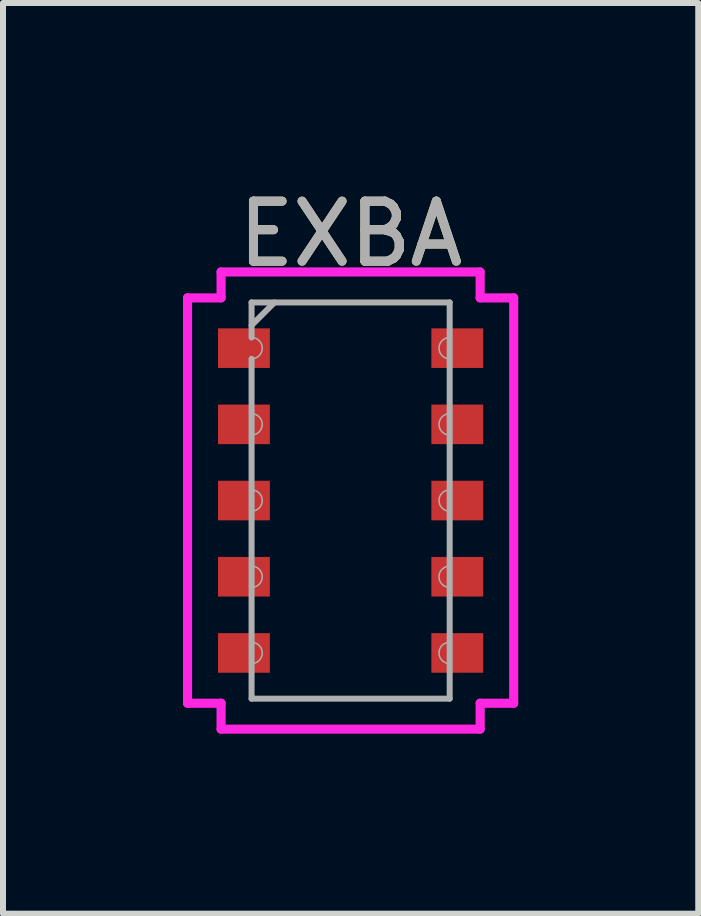
<source format=kicad_pcb>
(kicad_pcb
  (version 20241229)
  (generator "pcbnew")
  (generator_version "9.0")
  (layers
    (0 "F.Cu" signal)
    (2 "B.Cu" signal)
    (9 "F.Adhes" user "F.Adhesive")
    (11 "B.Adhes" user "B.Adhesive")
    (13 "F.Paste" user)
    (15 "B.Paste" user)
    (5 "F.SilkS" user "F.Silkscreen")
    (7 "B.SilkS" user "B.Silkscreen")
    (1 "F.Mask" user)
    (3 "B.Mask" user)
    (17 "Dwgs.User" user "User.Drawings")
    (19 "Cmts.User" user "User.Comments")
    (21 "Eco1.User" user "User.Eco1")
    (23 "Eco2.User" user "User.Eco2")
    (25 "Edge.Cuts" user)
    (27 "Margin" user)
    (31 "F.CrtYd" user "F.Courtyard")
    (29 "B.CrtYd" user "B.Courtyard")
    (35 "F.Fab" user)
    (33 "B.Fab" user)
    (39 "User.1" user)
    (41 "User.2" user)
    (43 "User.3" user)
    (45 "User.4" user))
  (footprint "EXBA"
    (layer "F.Cu")
    (at 2.794 5.293)
    (property "Reference" "EXBA" (at 0 -4.445 0) (unlocked yes) (layer "F.SilkS") (effects (font (size 1 1) (thickness 0.15))))
    (attr smd)
    (fp_line (start -2.718 -3.378) (end -2.159 -3.378) (stroke (width 0.152) (type solid)) (layer "F.CrtYd"))
    (fp_line (start -2.718 3.378) (end -2.718 -3.378) (stroke (width 0.152) (type solid)) (layer "F.CrtYd"))
    (fp_line (start -2.718 3.378) (end -2.159 3.378) (stroke (width 0.152) (type solid)) (layer "F.CrtYd"))
    (fp_line (start -2.159 -3.81) (end 2.159 -3.81) (stroke (width 0.152) (type solid)) (layer "F.CrtYd"))
    (fp_line (start -2.159 -3.378) (end -2.159 -3.81) (stroke (width 0.152) (type solid)) (layer "F.CrtYd"))
    (fp_line (start -2.159 3.81) (end -2.159 3.378) (stroke (width 0.152) (type solid)) (layer "F.CrtYd"))
    (fp_line (start 2.159 -3.81) (end 2.159 -3.378) (stroke (width 0.152) (type solid)) (layer "F.CrtYd"))
    (fp_line (start 2.159 3.378) (end 2.159 3.81) (stroke (width 0.152) (type solid)) (layer "F.CrtYd"))
    (fp_line (start 2.159 3.81) (end -2.159 3.81) (stroke (width 0.152) (type solid)) (layer "F.CrtYd"))
    (fp_line (start 2.718 -3.378) (end 2.159 -3.378) (stroke (width 0.152) (type solid)) (layer "F.CrtYd"))
    (fp_line (start 2.718 -3.378) (end 2.718 3.378) (stroke (width 0.152) (type solid)) (layer "F.CrtYd"))
    (fp_line (start 2.718 3.378) (end 2.159 3.378) (stroke (width 0.152) (type solid)) (layer "F.CrtYd"))
    (fp_line (start -1.651 -3.302) (end 1.651 -3.302) (stroke (width 0.1) (type solid)) (layer "F.Fab"))
    (fp_line (start -1.651 -2.718) (end -1.651 -3.302) (stroke (width 0.1) (type solid)) (layer "F.Fab"))
    (fp_line (start -1.651 -2.362) (end -1.651 3.302) (stroke (width 0.1) (type solid)) (layer "F.Fab"))
    (fp_line (start -1.651 -1.092) (end -1.651 -0.178) (stroke (width 0.025) (type solid)) (layer "F.Fab"))
    (fp_line (start -1.651 0.178) (end -1.651 1.092) (stroke (width 0.025) (type solid)) (layer "F.Fab"))
    (fp_line (start -1.651 3.302) (end 1.651 3.302) (stroke (width 0.1) (type solid)) (layer "F.Fab"))
    (fp_line (start -1.27 -3.302) (end -1.651 -2.921) (stroke (width 0.1) (type solid)) (layer "F.Fab"))
    (fp_line (start 1.651 -1.092) (end 1.651 -0.178) (stroke (width 0.025) (type solid)) (layer "F.Fab"))
    (fp_line (start 1.651 0.178) (end 1.651 1.092) (stroke (width 0.025) (type solid)) (layer "F.Fab"))
    (fp_line (start 1.651 1.448) (end 1.651 2.362) (stroke (width 0.025) (type solid)) (layer "F.Fab"))
    (fp_line (start 1.651 2.718) (end 1.651 3.302) (stroke (width 0.025) (type solid)) (layer "F.Fab"))
    (fp_line (start 1.651 3.302) (end 1.651 -3.302) (stroke (width 0.1) (type solid)) (layer "F.Fab"))
    (fp_arc (start -1.651 -2.7178) (mid -1.4732 -2.54) (end -1.651 -2.3622) (stroke (width 0.0254) (type solid)) (layer "F.Fab"))
    (fp_arc (start -1.651 -1.4478) (mid -1.4732 -1.27) (end -1.651 -1.0922) (stroke (width 0.0254) (type solid)) (layer "F.Fab"))
    (fp_arc (start -1.651 -0.1778) (mid -1.4732 0) (end -1.651 0.1778) (stroke (width 0.0254) (type solid)) (layer "F.Fab"))
    (fp_arc (start -1.651 1.0922) (mid -1.4732 1.27) (end -1.651 1.4478) (stroke (width 0.0254) (type solid)) (layer "F.Fab"))
    (fp_arc (start -1.651 2.3622) (mid -1.4732 2.54) (end -1.651 2.7178) (stroke (width 0.0254) (type solid)) (layer "F.Fab"))
    (fp_arc (start 1.651 -2.3622) (mid 1.4732 -2.54) (end 1.651 -2.7178) (stroke (width 0.0254) (type solid)) (layer "F.Fab"))
    (fp_arc (start 1.651 -1.0922) (mid 1.4732 -1.27) (end 1.651 -1.4478) (stroke (width 0.0254) (type solid)) (layer "F.Fab"))
    (fp_arc (start 1.651 0.1778) (mid 1.4732 0) (end 1.651 -0.1778) (stroke (width 0.0254) (type solid)) (layer "F.Fab"))
    (fp_arc (start 1.651 1.4478) (mid 1.4732 1.27) (end 1.651 1.0922) (stroke (width 0.0254) (type solid)) (layer "F.Fab"))
    (fp_arc (start 1.651 2.7178) (mid 1.4732 2.54) (end 1.651 2.3622) (stroke (width 0.0254) (type solid)) (layer "F.Fab"))
    (fp_text user "${REFERENCE}" (at 0 -4.445 0) (unlocked yes) (layer "F.Fab") (effects (font (size 1 1) (thickness 0.15))))
    (pad "1" smd rect (at -1.778 -2.54) (size 0.864 0.66) (layers "F.Cu" "F.Mask" "F.Paste"))
    (pad "2" smd rect (at -1.778 -1.27) (size 0.864 0.66) (layers "F.Cu" "F.Mask" "F.Paste"))
    (pad "3" smd rect (at -1.778 0) (size 0.864 0.66) (layers "F.Cu" "F.Mask" "F.Paste"))
    (pad "4" smd rect (at -1.778 1.27) (size 0.864 0.66) (layers "F.Cu" "F.Mask" "F.Paste"))
    (pad "5" smd rect (at -1.778 2.54) (size 0.864 0.66) (layers "F.Cu" "F.Mask" "F.Paste"))
    (pad "6" smd rect (at 1.778 2.54) (size 0.864 0.66) (layers "F.Cu" "F.Mask" "F.Paste"))
    (pad "7" smd rect (at 1.778 1.27) (size 0.864 0.66) (layers "F.Cu" "F.Mask" "F.Paste"))
    (pad "8" smd rect (at 1.778 0) (size 0.864 0.66) (layers "F.Cu" "F.Mask" "F.Paste"))
    (pad "9" smd rect (at 1.778 -1.27) (size 0.864 0.66) (layers "F.Cu" "F.Mask" "F.Paste"))
    (pad "10" smd rect (at 1.778 -2.54) (size 0.864 0.66) (layers "F.Cu" "F.Mask" "F.Paste")))
  (gr_rect
    (start -3 -3)
    (end 8.588 12.179)
    (stroke (width 0.1) (type default))
    (fill no)
    (layer "Edge.Cuts")))
</source>
